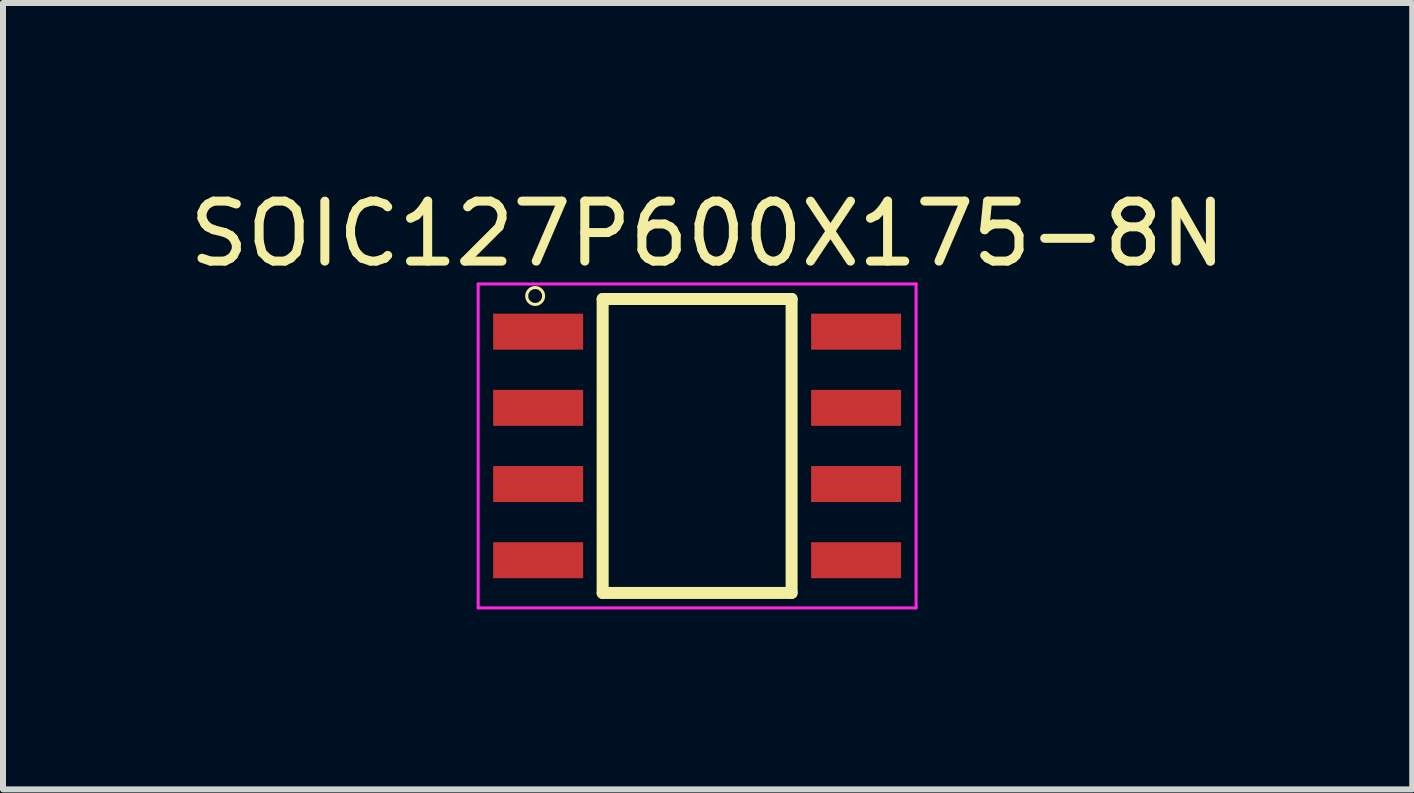
<source format=kicad_pcb>
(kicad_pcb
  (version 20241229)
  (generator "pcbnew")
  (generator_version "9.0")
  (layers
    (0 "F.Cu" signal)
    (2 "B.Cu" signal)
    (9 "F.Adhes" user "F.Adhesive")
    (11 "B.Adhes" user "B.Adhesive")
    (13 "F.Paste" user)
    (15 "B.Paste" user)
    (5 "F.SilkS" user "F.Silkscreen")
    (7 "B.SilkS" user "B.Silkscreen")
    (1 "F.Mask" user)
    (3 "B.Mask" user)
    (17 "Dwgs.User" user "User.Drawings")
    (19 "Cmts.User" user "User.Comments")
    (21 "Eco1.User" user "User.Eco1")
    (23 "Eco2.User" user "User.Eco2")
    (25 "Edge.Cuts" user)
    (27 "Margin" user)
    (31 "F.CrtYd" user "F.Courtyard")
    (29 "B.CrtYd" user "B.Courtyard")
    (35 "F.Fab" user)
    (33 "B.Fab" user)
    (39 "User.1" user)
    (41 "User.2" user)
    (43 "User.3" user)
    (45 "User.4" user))
  (footprint "SOIC127P600X175-8N"
    (layer "F.Cu")
    (at 8.571 4.384)
    (property "Reference" "SOIC127P600X175-8N" (at 0.175 -3.536 0) (layer "F.SilkS") (effects (font (size 1 1) (thickness 0.15))))
    (attr smd)
    (fp_line (start -1.575 -2.45) (end 1.575 -2.45) (stroke (width 0.2) (type solid)) (layer "F.SilkS"))
    (fp_line (start -1.575 2.45) (end -1.575 -2.45) (stroke (width 0.2) (type solid)) (layer "F.SilkS"))
    (fp_line (start 1.575 -2.45) (end 1.575 2.45) (stroke (width 0.2) (type solid)) (layer "F.SilkS"))
    (fp_line (start 1.575 2.45) (end -1.575 2.45) (stroke (width 0.2) (type solid)) (layer "F.SilkS"))
    (fp_circle (center -2.7 -2.5) (end -2.559 -2.5) (stroke (width 0.05) (type solid)) (fill no) (layer "F.SilkS"))
    (fp_line (start -3.65 -2.7) (end 3.65 -2.7) (stroke (width 0.05) (type solid)) (layer "F.CrtYd"))
    (fp_line (start -3.65 2.7) (end -3.65 -2.7) (stroke (width 0.05) (type solid)) (layer "F.CrtYd"))
    (fp_line (start 3.65 -2.7) (end 3.65 2.7) (stroke (width 0.05) (type solid)) (layer "F.CrtYd"))
    (fp_line (start 3.65 2.7) (end -3.65 2.7) (stroke (width 0.05) (type solid)) (layer "F.CrtYd"))
    (pad "1" smd rect (at -2.65 -1.905) (size 1.5 0.6) (layers "F.Cu" "F.Mask" "F.Paste"))
    (pad "2" smd rect (at -2.65 -0.635) (size 1.5 0.6) (layers "F.Cu" "F.Mask" "F.Paste"))
    (pad "3" smd rect (at -2.65 0.635) (size 1.5 0.6) (layers "F.Cu" "F.Mask" "F.Paste"))
    (pad "4" smd rect (at -2.65 1.905) (size 1.5 0.6) (layers "F.Cu" "F.Mask" "F.Paste"))
    (pad "5" smd rect (at 2.65 1.905) (size 1.5 0.6) (layers "F.Cu" "F.Mask" "F.Paste"))
    (pad "6" smd rect (at 2.65 0.635) (size 1.5 0.6) (layers "F.Cu" "F.Mask" "F.Paste"))
    (pad "7" smd rect (at 2.65 -0.635) (size 1.5 0.6) (layers "F.Cu" "F.Mask" "F.Paste"))
    (pad "8" smd rect (at 2.65 -1.905) (size 1.5 0.6) (layers "F.Cu" "F.Mask" "F.Paste")))
  (gr_rect
    (start -3 -3)
    (end 20.492 10.109)
    (stroke (width 0.1) (type default))
    (fill no)
    (layer "Edge.Cuts")))
</source>
